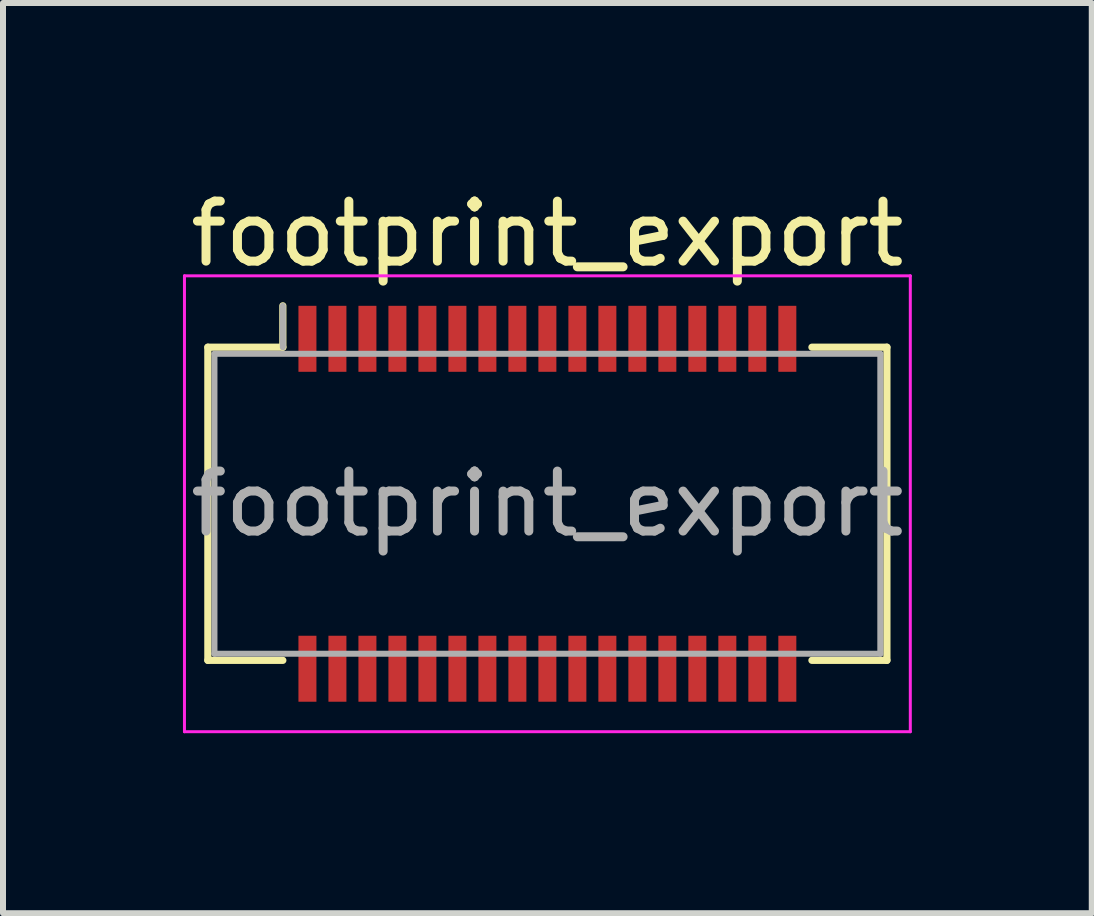
<source format=kicad_pcb>
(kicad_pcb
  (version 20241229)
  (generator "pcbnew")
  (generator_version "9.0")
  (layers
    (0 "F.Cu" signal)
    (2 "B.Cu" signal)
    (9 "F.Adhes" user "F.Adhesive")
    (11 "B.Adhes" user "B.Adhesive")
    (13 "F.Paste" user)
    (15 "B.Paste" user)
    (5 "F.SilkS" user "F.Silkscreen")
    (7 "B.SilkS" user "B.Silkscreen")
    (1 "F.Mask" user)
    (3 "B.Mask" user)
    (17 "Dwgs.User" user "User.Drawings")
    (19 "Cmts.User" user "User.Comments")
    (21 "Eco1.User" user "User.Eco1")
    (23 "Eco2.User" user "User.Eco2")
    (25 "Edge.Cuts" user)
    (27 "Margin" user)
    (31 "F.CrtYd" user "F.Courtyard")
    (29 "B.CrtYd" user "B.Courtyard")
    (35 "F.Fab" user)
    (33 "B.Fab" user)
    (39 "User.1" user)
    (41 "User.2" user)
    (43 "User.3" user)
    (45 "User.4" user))
  (footprint "footprint_export"
    (layer "F.Cu")
    (at 6.075 5.348)
    (property "Reference" "footprint_export" (at 0 -4.5 0) (layer "F.SilkS") (effects (font (size 1 1) (thickness 0.15))))
    (attr smd)
    (fp_line (start -5.66 -2.61) (end -4.41 -2.61) (stroke (width 0.12) (type solid)) (layer "F.SilkS"))
    (fp_line (start -5.66 2.61) (end -5.66 -2.61) (stroke (width 0.12) (type solid)) (layer "F.SilkS"))
    (fp_line (start -4.41 -2.61) (end -4.41 -3.3) (stroke (width 0.12) (type solid)) (layer "F.SilkS"))
    (fp_line (start -4.41 2.61) (end -5.66 2.61) (stroke (width 0.12) (type solid)) (layer "F.SilkS"))
    (fp_line (start 4.41 2.61) (end 5.66 2.61) (stroke (width 0.12) (type solid)) (layer "F.SilkS"))
    (fp_line (start 5.66 -2.61) (end 4.41 -2.61) (stroke (width 0.12) (type solid)) (layer "F.SilkS"))
    (fp_line (start 5.66 2.61) (end 5.66 -2.61) (stroke (width 0.12) (type solid)) (layer "F.SilkS"))
    (fp_line (start -6.05 -3.8) (end -6.05 3.8) (stroke (width 0.05) (type solid)) (layer "F.CrtYd"))
    (fp_line (start -6.05 3.8) (end 6.05 3.8) (stroke (width 0.05) (type solid)) (layer "F.CrtYd"))
    (fp_line (start 6.05 -3.8) (end -6.05 -3.8) (stroke (width 0.05) (type solid)) (layer "F.CrtYd"))
    (fp_line (start 6.05 3.8) (end 6.05 -3.8) (stroke (width 0.05) (type solid)) (layer "F.CrtYd"))
    (fp_line (start -5.55 -2.5) (end -5.55 2.5) (stroke (width 0.1) (type solid)) (layer "F.Fab"))
    (fp_line (start -5.55 2.5) (end 5.55 2.5) (stroke (width 0.1) (type solid)) (layer "F.Fab"))
    (fp_line (start -4.41 -2.61) (end -4.41 -3.3) (stroke (width 0.1) (type solid)) (layer "F.Fab"))
    (fp_line (start 5.55 -2.5) (end -5.55 -2.5) (stroke (width 0.1) (type solid)) (layer "F.Fab"))
    (fp_line (start 5.55 2.5) (end 5.55 -2.5) (stroke (width 0.1) (type solid)) (layer "F.Fab"))
    (fp_text user "${REFERENCE}" (at 0 0 0) (layer "F.Fab") (effects (font (size 1 1) (thickness 0.15))))
    (pad "1" smd rect (at -4 -2.75) (size 0.3 1.1) (layers "F.Cu" "F.Mask" "F.Paste"))
    (pad "2" smd rect (at -4 2.75) (size 0.3 1.1) (layers "F.Cu" "F.Mask" "F.Paste"))
    (pad "3" smd rect (at -3.5 -2.75) (size 0.3 1.1) (layers "F.Cu" "F.Mask" "F.Paste"))
    (pad "4" smd rect (at -3.5 2.75) (size 0.3 1.1) (layers "F.Cu" "F.Mask" "F.Paste"))
    (pad "5" smd rect (at -3 -2.75) (size 0.3 1.1) (layers "F.Cu" "F.Mask" "F.Paste"))
    (pad "6" smd rect (at -3 2.75) (size 0.3 1.1) (layers "F.Cu" "F.Mask" "F.Paste"))
    (pad "7" smd rect (at -2.5 -2.75) (size 0.3 1.1) (layers "F.Cu" "F.Mask" "F.Paste"))
    (pad "8" smd rect (at -2.5 2.75) (size 0.3 1.1) (layers "F.Cu" "F.Mask" "F.Paste"))
    (pad "9" smd rect (at -2 -2.75) (size 0.3 1.1) (layers "F.Cu" "F.Mask" "F.Paste"))
    (pad "10" smd rect (at -2 2.75) (size 0.3 1.1) (layers "F.Cu" "F.Mask" "F.Paste"))
    (pad "11" smd rect (at -1.5 -2.75) (size 0.3 1.1) (layers "F.Cu" "F.Mask" "F.Paste"))
    (pad "12" smd rect (at -1.5 2.75) (size 0.3 1.1) (layers "F.Cu" "F.Mask" "F.Paste"))
    (pad "13" smd rect (at -1 -2.75) (size 0.3 1.1) (layers "F.Cu" "F.Mask" "F.Paste"))
    (pad "14" smd rect (at -1 2.75) (size 0.3 1.1) (layers "F.Cu" "F.Mask" "F.Paste"))
    (pad "15" smd rect (at -0.5 -2.75) (size 0.3 1.1) (layers "F.Cu" "F.Mask" "F.Paste"))
    (pad "16" smd rect (at -0.5 2.75) (size 0.3 1.1) (layers "F.Cu" "F.Mask" "F.Paste"))
    (pad "17" smd rect (at 0 -2.75) (size 0.3 1.1) (layers "F.Cu" "F.Mask" "F.Paste"))
    (pad "18" smd rect (at 0 2.75) (size 0.3 1.1) (layers "F.Cu" "F.Mask" "F.Paste"))
    (pad "19" smd rect (at 0.5 -2.75) (size 0.3 1.1) (layers "F.Cu" "F.Mask" "F.Paste"))
    (pad "20" smd rect (at 0.5 2.75) (size 0.3 1.1) (layers "F.Cu" "F.Mask" "F.Paste"))
    (pad "21" smd rect (at 1 -2.75) (size 0.3 1.1) (layers "F.Cu" "F.Mask" "F.Paste"))
    (pad "22" smd rect (at 1 2.75) (size 0.3 1.1) (layers "F.Cu" "F.Mask" "F.Paste"))
    (pad "23" smd rect (at 1.5 -2.75) (size 0.3 1.1) (layers "F.Cu" "F.Mask" "F.Paste"))
    (pad "24" smd rect (at 1.5 2.75) (size 0.3 1.1) (layers "F.Cu" "F.Mask" "F.Paste"))
    (pad "25" smd rect (at 2 -2.75) (size 0.3 1.1) (layers "F.Cu" "F.Mask" "F.Paste"))
    (pad "26" smd rect (at 2 2.75) (size 0.3 1.1) (layers "F.Cu" "F.Mask" "F.Paste"))
    (pad "27" smd rect (at 2.5 -2.75) (size 0.3 1.1) (layers "F.Cu" "F.Mask" "F.Paste"))
    (pad "28" smd rect (at 2.5 2.75) (size 0.3 1.1) (layers "F.Cu" "F.Mask" "F.Paste"))
    (pad "29" smd rect (at 3 -2.75) (size 0.3 1.1) (layers "F.Cu" "F.Mask" "F.Paste"))
    (pad "30" smd rect (at 3 2.75) (size 0.3 1.1) (layers "F.Cu" "F.Mask" "F.Paste"))
    (pad "31" smd rect (at 3.5 -2.75) (size 0.3 1.1) (layers "F.Cu" "F.Mask" "F.Paste"))
    (pad "32" smd rect (at 3.5 2.75) (size 0.3 1.1) (layers "F.Cu" "F.Mask" "F.Paste"))
    (pad "33" smd rect (at 4 -2.75) (size 0.3 1.1) (layers "F.Cu" "F.Mask" "F.Paste"))
    (pad "34" smd rect (at 4 2.75) (size 0.3 1.1) (layers "F.Cu" "F.Mask" "F.Paste")))
  (gr_rect
    (start -3 -3)
    (end 15.15 12.173)
    (stroke (width 0.1) (type default))
    (fill no)
    (layer "Edge.Cuts")))
</source>
